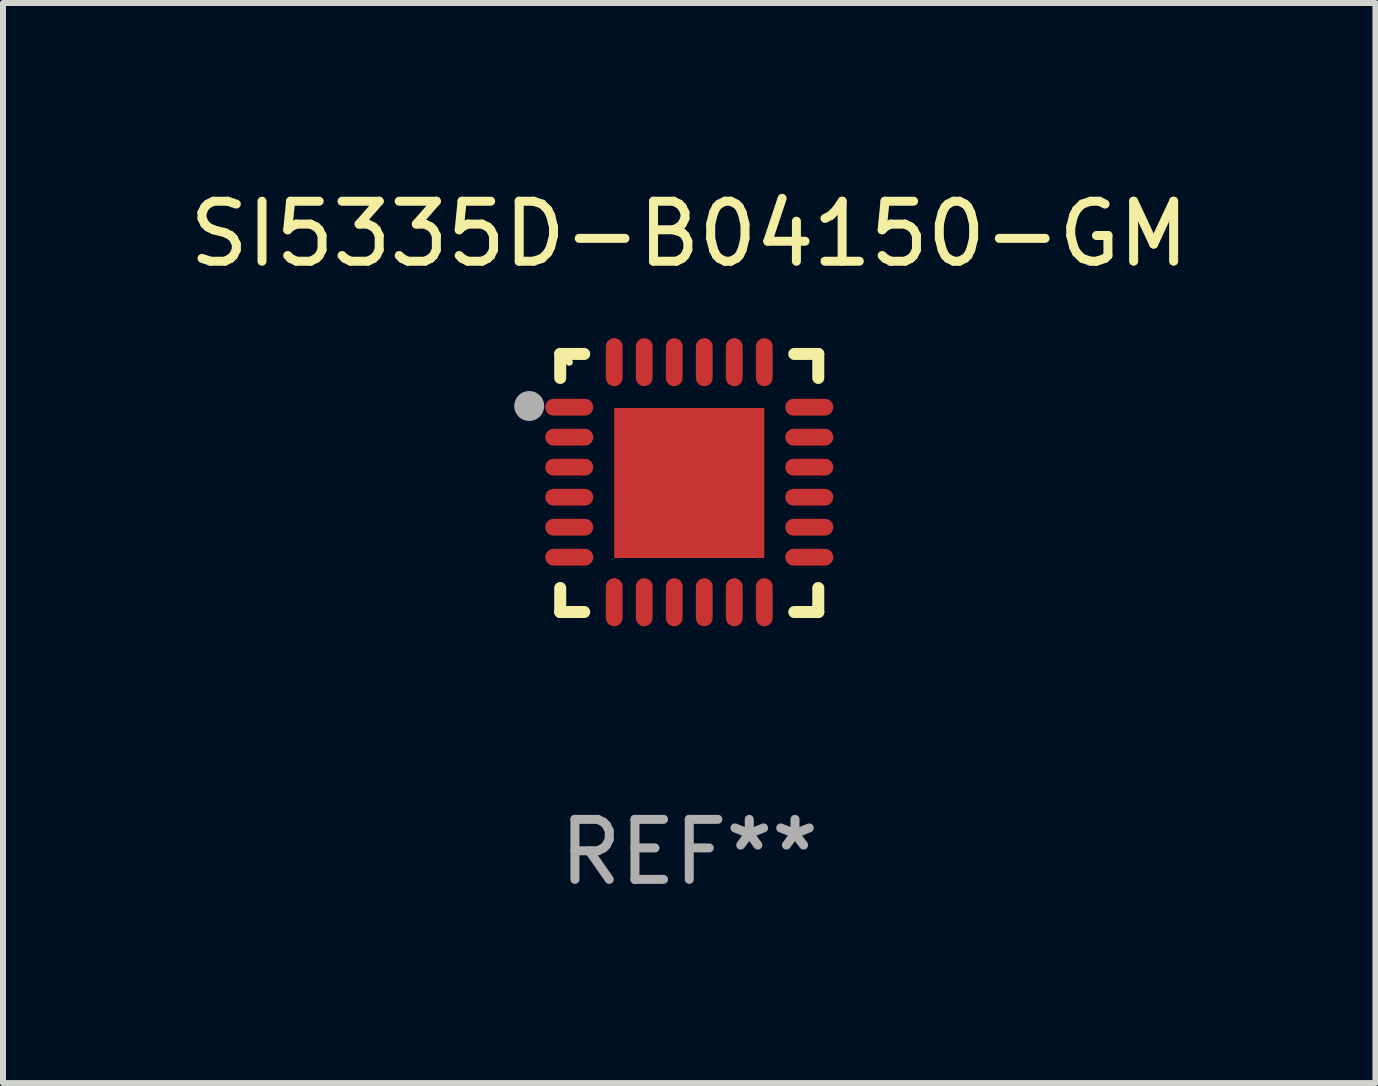
<source format=kicad_pcb>
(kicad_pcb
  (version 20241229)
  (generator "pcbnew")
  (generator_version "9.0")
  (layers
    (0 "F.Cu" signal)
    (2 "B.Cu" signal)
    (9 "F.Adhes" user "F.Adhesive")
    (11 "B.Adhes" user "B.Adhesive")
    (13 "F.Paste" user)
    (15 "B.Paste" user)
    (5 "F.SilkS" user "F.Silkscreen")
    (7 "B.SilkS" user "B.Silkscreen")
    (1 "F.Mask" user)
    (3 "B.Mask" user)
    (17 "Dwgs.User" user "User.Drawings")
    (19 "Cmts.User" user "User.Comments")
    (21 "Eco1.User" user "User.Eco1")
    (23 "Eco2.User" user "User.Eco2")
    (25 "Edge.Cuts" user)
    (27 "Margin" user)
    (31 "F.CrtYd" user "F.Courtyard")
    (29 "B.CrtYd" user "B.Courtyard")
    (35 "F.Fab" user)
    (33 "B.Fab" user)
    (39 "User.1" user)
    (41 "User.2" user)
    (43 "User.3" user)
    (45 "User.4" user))
  (footprint "SI5335D-B04150-GM"
    (layer "F.Cu")
    (at 8.435 4.998)
    (property "Reference" "SI5335D-B04150-GM" (at 0 -4.15 0) (layer "F.SilkS") (effects (font (size 1 1) (thickness 0.15))))
    (attr through_hole)
    (fp_line (start -2.15 -2.15) (end -1.75 -2.15) (stroke (width 0.2) (type solid)) (layer "F.SilkS"))
    (fp_line (start -2.15 -1.75) (end -2.15 -2.15) (stroke (width 0.2) (type solid)) (layer "F.SilkS"))
    (fp_line (start -2.15 2.15) (end -2.15 1.75) (stroke (width 0.2) (type solid)) (layer "F.SilkS"))
    (fp_line (start -1.75 2.15) (end -2.15 2.15) (stroke (width 0.2) (type solid)) (layer "F.SilkS"))
    (fp_line (start 1.75 -2.15) (end 2.15 -2.15) (stroke (width 0.2) (type solid)) (layer "F.SilkS"))
    (fp_line (start 1.75 2.15) (end 2.15 2.15) (stroke (width 0.2) (type solid)) (layer "F.SilkS"))
    (fp_line (start 2.15 -2.15) (end 2.15 -1.75) (stroke (width 0.2) (type solid)) (layer "F.SilkS"))
    (fp_line (start 2.15 2.15) (end 2.15 1.75) (stroke (width 0.2) (type solid)) (layer "F.SilkS"))
    (fp_circle (center -2 -2.013) (end -1.97 -2.013) (stroke (width 0.06) (type solid)) (fill no) (layer "F.SilkS"))
    (fp_circle (center -2.667 -1.283) (end -2.542 -1.283) (stroke (width 0.25) (type solid)) (fill no) (layer "F.Fab"))
    (fp_text user "REF**" (at 0 6.15 0) (layer "F.Fab") (effects (font (size 1 1) (thickness 0.15))))
    (pad "1" smd oval (at -2 -1.263) (size 0.8 0.28) (layers "F.Cu" "F.Mask" "F.Paste"))
    (pad "2" smd oval (at -2 -0.763) (size 0.8 0.28) (layers "F.Cu" "F.Mask" "F.Paste"))
    (pad "3" smd oval (at -2 -0.263) (size 0.8 0.28) (layers "F.Cu" "F.Mask" "F.Paste"))
    (pad "4" smd oval (at -2 0.237) (size 0.8 0.28) (layers "F.Cu" "F.Mask" "F.Paste"))
    (pad "5" smd oval (at -2 0.737) (size 0.8 0.28) (layers "F.Cu" "F.Mask" "F.Paste"))
    (pad "6" smd oval (at -2 1.237) (size 0.8 0.28) (layers "F.Cu" "F.Mask" "F.Paste"))
    (pad "7" smd oval (at -1.25 1.987) (size 0.28 0.8) (layers "F.Cu" "F.Mask" "F.Paste"))
    (pad "8" smd oval (at -0.75 1.987) (size 0.28 0.8) (layers "F.Cu" "F.Mask" "F.Paste"))
    (pad "9" smd oval (at -0.25 1.987) (size 0.28 0.8) (layers "F.Cu" "F.Mask" "F.Paste"))
    (pad "10" smd oval (at 0.25 1.987) (size 0.28 0.8) (layers "F.Cu" "F.Mask" "F.Paste"))
    (pad "11" smd oval (at 0.75 1.987) (size 0.28 0.8) (layers "F.Cu" "F.Mask" "F.Paste"))
    (pad "12" smd oval (at 1.25 1.987) (size 0.28 0.8) (layers "F.Cu" "F.Mask" "F.Paste"))
    (pad "13" smd oval (at 2 1.237) (size 0.8 0.28) (layers "F.Cu" "F.Mask" "F.Paste"))
    (pad "14" smd oval (at 2 0.737) (size 0.8 0.28) (layers "F.Cu" "F.Mask" "F.Paste"))
    (pad "15" smd oval (at 2 0.237) (size 0.8 0.28) (layers "F.Cu" "F.Mask" "F.Paste"))
    (pad "16" smd oval (at 2 -0.263) (size 0.8 0.28) (layers "F.Cu" "F.Mask" "F.Paste"))
    (pad "17" smd oval (at 2 -0.763) (size 0.8 0.28) (layers "F.Cu" "F.Mask" "F.Paste"))
    (pad "18" smd oval (at 2 -1.263) (size 0.8 0.28) (layers "F.Cu" "F.Mask" "F.Paste"))
    (pad "19" smd oval (at 1.25 -2.013) (size 0.28 0.8) (layers "F.Cu" "F.Mask" "F.Paste"))
    (pad "20" smd oval (at 0.75 -2.013) (size 0.28 0.8) (layers "F.Cu" "F.Mask" "F.Paste"))
    (pad "21" smd oval (at 0.25 -2.013) (size 0.28 0.8) (layers "F.Cu" "F.Mask" "F.Paste"))
    (pad "22" smd oval (at -0.25 -2.013) (size 0.28 0.8) (layers "F.Cu" "F.Mask" "F.Paste"))
    (pad "23" smd oval (at -0.75 -2.013) (size 0.28 0.8) (layers "F.Cu" "F.Mask" "F.Paste"))
    (pad "24" smd oval (at -1.25 -2.013) (size 0.28 0.8) (layers "F.Cu" "F.Mask" "F.Paste"))
    (pad "25" smd rect (at -0.000127 -0.00014) (size 2.5 2.5) (layers "F.Cu" "F.Mask" "F.Paste")))
  (gr_rect
    (start -3 -3)
    (end 19.869 14.997)
    (stroke (width 0.1) (type default))
    (fill no)
    (layer "Edge.Cuts")))
</source>
